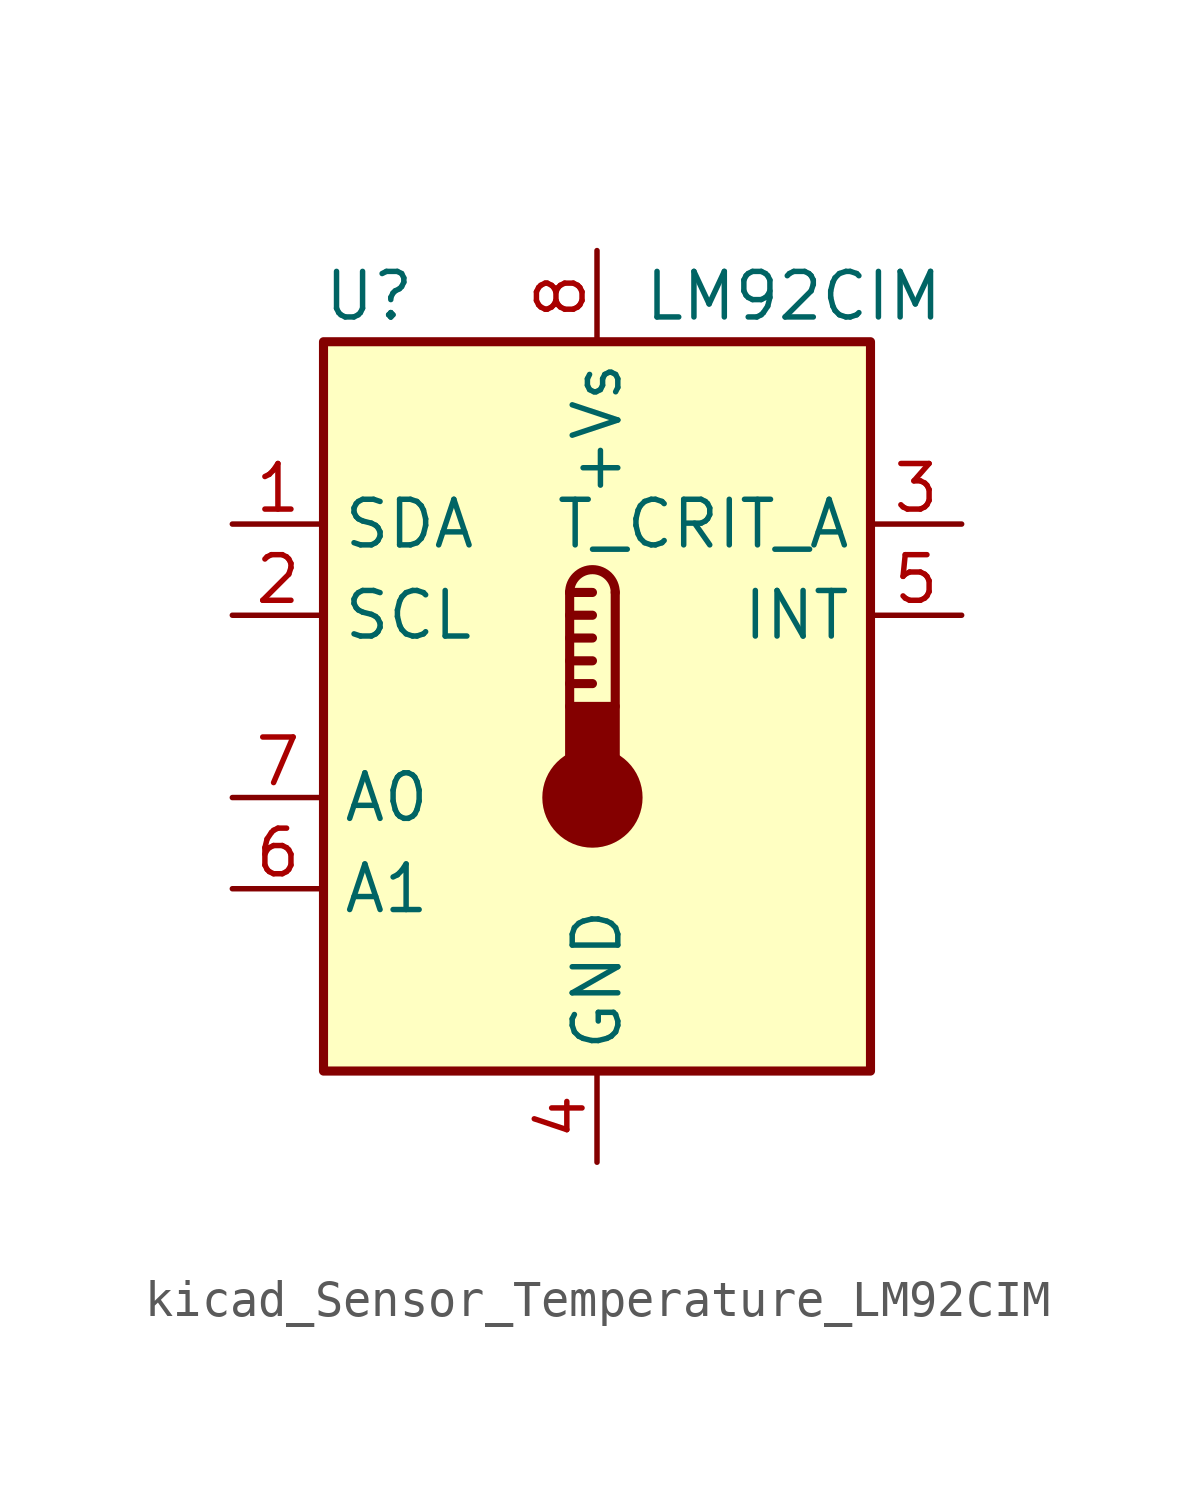
<source format=kicad_sym>
(kicad_symbol_lib
  (version 20220914)
  (generator kicad_symbol_editor)
  (symbol "kicad_Sensor_Temperature_LM92CIM"
    (property "Reference" "U"
      (at -6.35 11.43 0)
      (effects (font (size 1.27 1.27))))
    (property "Value" "LM92CIM"
      (at 1.27 11.43 0)
      (effects (font (size 1.27 1.27)) (justify left)))
    (symbol "kicad_Sensor_Temperature_LM92CIM_0_1"
      (rectangle (start -7.62 10.16) (end 7.62 -10.16) (stroke (width 0.254) (type default)) (fill (type background)))
      (circle (center -0.127 -2.54) (radius 1.27) (stroke (width 0.254) (type default)) (fill (type outline)))
      (polyline (pts (xy -0.762 0.635) (xy -0.127 0.635)) (stroke (width 0.254) (type default)) (fill (type none)))
      (polyline (pts (xy -0.762 1.27) (xy -0.127 1.27)) (stroke (width 0.254) (type default)) (fill (type none)))
      (polyline (pts (xy -0.762 1.905) (xy -0.127 1.905)) (stroke (width 0.254) (type default)) (fill (type none)))
      (polyline (pts (xy -0.762 2.54) (xy -0.127 2.54)) (stroke (width 0.254) (type default)) (fill (type none)))
      (polyline (pts (xy -0.762 3.175) (xy -0.762 0)) (stroke (width 0.254) (type default)) (fill (type none)))
      (polyline (pts (xy -0.762 3.175) (xy -0.127 3.175)) (stroke (width 0.254) (type default)) (fill (type none)))
      (polyline (pts (xy 0.508 3.175) (xy 0.508 0)) (stroke (width 0.254) (type default)) (fill (type none)))
      (rectangle (start 0.508 -1.905) (end -0.762 0) (stroke (width 0.254) (type default)) (fill (type outline)))
      (arc (start 0.508 3.175) (mid -0.127 3.8073) (end -0.762 3.175) (stroke (width 0.254) (type default)) (fill (type none))))
    (symbol "kicad_Sensor_Temperature_LM92CIM_1_1"
      (pin bidirectional line (at -10.16 5.08 0) (length 2.54) (name "SDA" (effects (font (size 1.27 1.27)))) (number "1" (effects (font (size 1.27 1.27)))))
      (pin input line (at -10.16 2.54 0) (length 2.54) (name "SCL" (effects (font (size 1.27 1.27)))) (number "2" (effects (font (size 1.27 1.27)))))
      (pin open_collector line (at 10.16 5.08 180) (length 2.54) (name "T_CRIT_A" (effects (font (size 1.27 1.27)))) (number "3" (effects (font (size 1.27 1.27)))))
      (pin power_in line (at 0 -12.7 90) (length 2.54) (name "GND" (effects (font (size 1.27 1.27)))) (number "4" (effects (font (size 1.27 1.27)))))
      (pin open_collector line (at 10.16 2.54 180) (length 2.54) (name "INT" (effects (font (size 1.27 1.27)))) (number "5" (effects (font (size 1.27 1.27)))))
      (pin input line (at -10.16 -5.08 0) (length 2.54) (name "A1" (effects (font (size 1.27 1.27)))) (number "6" (effects (font (size 1.27 1.27)))))
      (pin input line (at -10.16 -2.54 0) (length 2.54) (name "A0" (effects (font (size 1.27 1.27)))) (number "7" (effects (font (size 1.27 1.27)))))
      (pin power_in line (at 0 12.7 270) (length 2.54) (name "+Vs" (effects (font (size 1.27 1.27)))) (number "8" (effects (font (size 1.27 1.27))))))))
</source>
